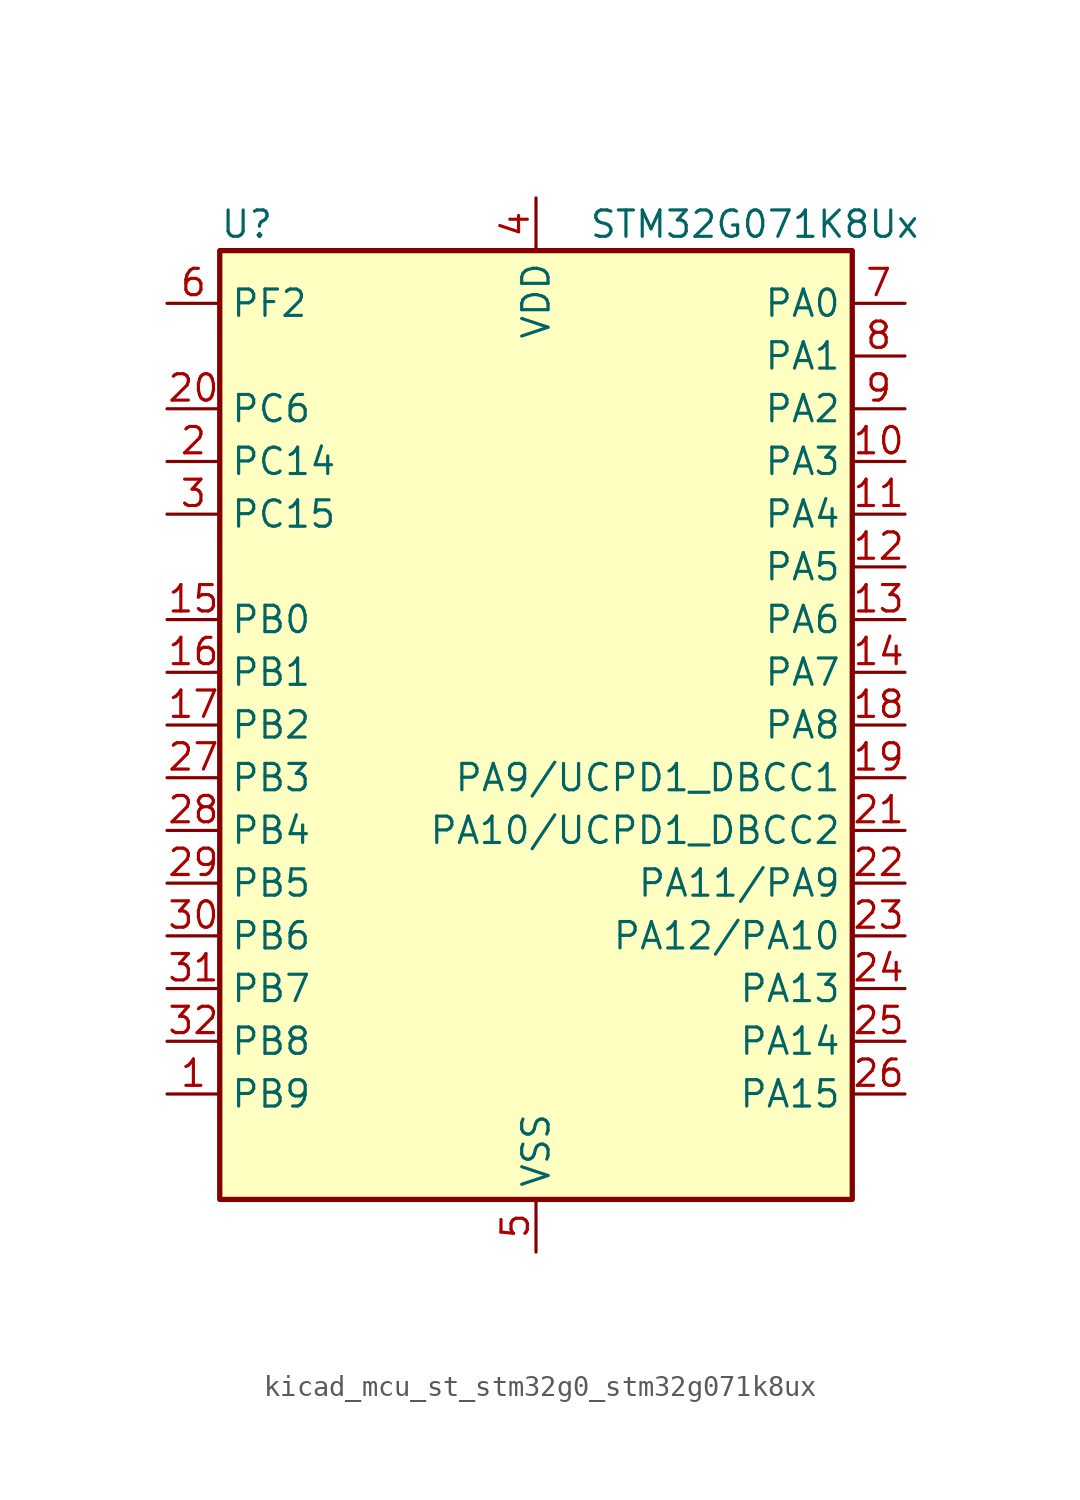
<source format=kicad_sym>
(kicad_symbol_lib
  (version 20220914)
  (generator kicad_symbol_editor)
  (symbol "kicad_mcu_st_stm32g0_stm32g071k8ux"
    (property "Reference" "U"
      (at -15.24 24.13 0)
      (effects (font (size 1.27 1.27)) (justify left)))
    (property "Value" "STM32G071K8Ux"
      (at 2.54 24.13 0)
      (effects (font (size 1.27 1.27)) (justify left)))
    (property "ki_locked" ""
      (at 0 0 0)
      (effects (font (size 1.27 1.27))))
    (symbol "kicad_mcu_st_stm32g0_stm32g071k8ux_0_1"
      (rectangle (start -15.24 -22.86) (end 15.24 22.86) (stroke (width 0.254) (type default)) (fill (type background))))
    (symbol "kicad_mcu_st_stm32g0_stm32g071k8ux_1_1"
      (pin bidirectional line (at -17.78 -17.78 0) (length 2.54) (name "PB9" (effects (font (size 1.27 1.27)))) (number "1" (effects (font (size 1.27 1.27)))) (alternate "DAC1_EXTI9" bidirectional line) (alternate "I2C1_SDA" bidirectional line) (alternate "IR_OUT" bidirectional line) (alternate "SPI2_NSS" bidirectional line) (alternate "TIM17_CH1" bidirectional line) (alternate "USART3_RX" bidirectional line))
      (pin bidirectional line (at 17.78 12.7 180) (length 2.54) (name "PA3" (effects (font (size 1.27 1.27)))) (number "10" (effects (font (size 1.27 1.27)))) (alternate "ADC1_IN3" bidirectional line) (alternate "COMP2_INP" bidirectional line) (alternate "LPUART1_RX" bidirectional line) (alternate "SPI2_MISO" bidirectional line) (alternate "TIM15_CH2" bidirectional line) (alternate "TIM2_CH4" bidirectional line) (alternate "USART2_RX" bidirectional line))
      (pin bidirectional line (at 17.78 10.16 180) (length 2.54) (name "PA4" (effects (font (size 1.27 1.27)))) (number "11" (effects (font (size 1.27 1.27)))) (alternate "ADC1_IN4" bidirectional line) (alternate "DAC1_OUT1" bidirectional line) (alternate "I2S1_WS" bidirectional line) (alternate "LPTIM2_OUT" bidirectional line) (alternate "RTC_OUT_ALARM" bidirectional line) (alternate "RTC_OUT_CALIB" bidirectional line) (alternate "RTC_TAMP_IN1" bidirectional line) (alternate "RTC_TS" bidirectional line) (alternate "SPI1_NSS" bidirectional line) (alternate "SPI2_MOSI" bidirectional line) (alternate "SYS_WKUP2" bidirectional line) (alternate "TIM14_CH1" bidirectional line))
      (pin bidirectional line (at 17.78 7.62 180) (length 2.54) (name "PA5" (effects (font (size 1.27 1.27)))) (number "12" (effects (font (size 1.27 1.27)))) (alternate "ADC1_IN5" bidirectional line) (alternate "CEC" bidirectional line) (alternate "DAC1_OUT2" bidirectional line) (alternate "I2S1_CK" bidirectional line) (alternate "LPTIM2_ETR" bidirectional line) (alternate "SPI1_SCK" bidirectional line) (alternate "TIM2_CH1" bidirectional line) (alternate "TIM2_ETR" bidirectional line) (alternate "UCPD1_FRSTX1" bidirectional line) (alternate "UCPD1_FRSTX2" bidirectional line) (alternate "USART3_TX" bidirectional line))
      (pin bidirectional line (at 17.78 5.08 180) (length 2.54) (name "PA6" (effects (font (size 1.27 1.27)))) (number "13" (effects (font (size 1.27 1.27)))) (alternate "ADC1_IN6" bidirectional line) (alternate "COMP1_OUT" bidirectional line) (alternate "I2S1_MCK" bidirectional line) (alternate "LPUART1_CTS" bidirectional line) (alternate "SPI1_MISO" bidirectional line) (alternate "TIM16_CH1" bidirectional line) (alternate "TIM1_BK" bidirectional line) (alternate "TIM3_CH1" bidirectional line) (alternate "USART3_CTS" bidirectional line) (alternate "USART3_NSS" bidirectional line))
      (pin bidirectional line (at 17.78 2.54 180) (length 2.54) (name "PA7" (effects (font (size 1.27 1.27)))) (number "14" (effects (font (size 1.27 1.27)))) (alternate "ADC1_IN7" bidirectional line) (alternate "COMP2_OUT" bidirectional line) (alternate "I2S1_SD" bidirectional line) (alternate "SPI1_MOSI" bidirectional line) (alternate "TIM14_CH1" bidirectional line) (alternate "TIM17_CH1" bidirectional line) (alternate "TIM1_CH1N" bidirectional line) (alternate "TIM3_CH2" bidirectional line) (alternate "UCPD1_FRSTX1" bidirectional line) (alternate "UCPD1_FRSTX2" bidirectional line))
      (pin bidirectional line (at -17.78 5.08 0) (length 2.54) (name "PB0" (effects (font (size 1.27 1.27)))) (number "15" (effects (font (size 1.27 1.27)))) (alternate "ADC1_IN8" bidirectional line) (alternate "COMP1_OUT" bidirectional line) (alternate "I2S1_WS" bidirectional line) (alternate "LPTIM1_OUT" bidirectional line) (alternate "SPI1_NSS" bidirectional line) (alternate "TIM1_CH2N" bidirectional line) (alternate "TIM3_CH3" bidirectional line) (alternate "UCPD1_FRSTX1" bidirectional line) (alternate "UCPD1_FRSTX2" bidirectional line) (alternate "USART3_RX" bidirectional line))
      (pin bidirectional line (at -17.78 2.54 0) (length 2.54) (name "PB1" (effects (font (size 1.27 1.27)))) (number "16" (effects (font (size 1.27 1.27)))) (alternate "ADC1_IN9" bidirectional line) (alternate "COMP1_INM" bidirectional line) (alternate "LPTIM2_IN1" bidirectional line) (alternate "LPUART1_DE" bidirectional line) (alternate "LPUART1_RTS" bidirectional line) (alternate "TIM14_CH1" bidirectional line) (alternate "TIM1_CH3N" bidirectional line) (alternate "TIM3_CH4" bidirectional line) (alternate "USART3_CK" bidirectional line) (alternate "USART3_DE" bidirectional line) (alternate "USART3_RTS" bidirectional line))
      (pin bidirectional line (at -17.78 0 0) (length 2.54) (name "PB2" (effects (font (size 1.27 1.27)))) (number "17" (effects (font (size 1.27 1.27)))) (alternate "ADC1_IN10" bidirectional line) (alternate "COMP1_INP" bidirectional line) (alternate "LPTIM1_OUT" bidirectional line) (alternate "SPI2_MISO" bidirectional line) (alternate "USART3_TX" bidirectional line))
      (pin bidirectional line (at 17.78 0 180) (length 2.54) (name "PA8" (effects (font (size 1.27 1.27)))) (number "18" (effects (font (size 1.27 1.27)))) (alternate "LPTIM2_OUT" bidirectional line) (alternate "RCC_MCO" bidirectional line) (alternate "SPI2_NSS" bidirectional line) (alternate "TIM1_CH1" bidirectional line) (alternate "UCPD1_CC1" bidirectional line))
      (pin bidirectional line (at 17.78 -2.54 180) (length 2.54) (name "PA9/UCPD1_DBCC1" (effects (font (size 1.27 1.27)))) (number "19" (effects (font (size 1.27 1.27)))) (alternate "DAC1_EXTI9" bidirectional line) (alternate "I2C1_SCL" bidirectional line) (alternate "RCC_MCO" bidirectional line) (alternate "SPI2_MISO" bidirectional line) (alternate "TIM15_BK" bidirectional line) (alternate "TIM1_CH2" bidirectional line) (alternate "UCPD1_DBCC1" bidirectional line) (alternate "USART1_TX" bidirectional line))
      (pin bidirectional line (at -17.78 12.7 0) (length 2.54) (name "PC14" (effects (font (size 1.27 1.27)))) (number "2" (effects (font (size 1.27 1.27)))) (alternate "RCC_OSC32_IN" bidirectional line) (alternate "RCC_OSC_IN" bidirectional line) (alternate "TIM1_BK2" bidirectional line))
      (pin bidirectional line (at -17.78 15.24 0) (length 2.54) (name "PC6" (effects (font (size 1.27 1.27)))) (number "20" (effects (font (size 1.27 1.27)))) (alternate "TIM2_CH3" bidirectional line) (alternate "TIM3_CH1" bidirectional line) (alternate "UCPD1_FRSTX1" bidirectional line) (alternate "UCPD1_FRSTX2" bidirectional line))
      (pin bidirectional line (at 17.78 -5.08 180) (length 2.54) (name "PA10/UCPD1_DBCC2" (effects (font (size 1.27 1.27)))) (number "21" (effects (font (size 1.27 1.27)))) (alternate "I2C1_SDA" bidirectional line) (alternate "SPI2_MOSI" bidirectional line) (alternate "TIM17_BK" bidirectional line) (alternate "TIM1_CH3" bidirectional line) (alternate "UCPD1_DBCC2" bidirectional line) (alternate "USART1_RX" bidirectional line))
      (pin bidirectional line (at 17.78 -7.62 180) (length 2.54) (name "PA11/PA9" (effects (font (size 1.27 1.27)))) (number "22" (effects (font (size 1.27 1.27)))) (alternate "ADC1_EXTI11" bidirectional line) (alternate "COMP1_OUT" bidirectional line) (alternate "I2C2_SCL" bidirectional line) (alternate "I2S1_MCK" bidirectional line) (alternate "SPI1_MISO" bidirectional line) (alternate "TIM1_BK2" bidirectional line) (alternate "TIM1_CH4" bidirectional line) (alternate "USART1_CTS" bidirectional line) (alternate "USART1_NSS" bidirectional line))
      (pin bidirectional line (at 17.78 -10.16 180) (length 2.54) (name "PA12/PA10" (effects (font (size 1.27 1.27)))) (number "23" (effects (font (size 1.27 1.27)))) (alternate "COMP2_OUT" bidirectional line) (alternate "I2C2_SDA" bidirectional line) (alternate "I2S1_SD" bidirectional line) (alternate "I2S_CKIN" bidirectional line) (alternate "SPI1_MOSI" bidirectional line) (alternate "TIM1_ETR" bidirectional line) (alternate "USART1_CK" bidirectional line) (alternate "USART1_DE" bidirectional line) (alternate "USART1_RTS" bidirectional line))
      (pin bidirectional line (at 17.78 -12.7 180) (length 2.54) (name "PA13" (effects (font (size 1.27 1.27)))) (number "24" (effects (font (size 1.27 1.27)))) (alternate "IR_OUT" bidirectional line) (alternate "SYS_SWDIO" bidirectional line))
      (pin bidirectional line (at 17.78 -15.24 180) (length 2.54) (name "PA14" (effects (font (size 1.27 1.27)))) (number "25" (effects (font (size 1.27 1.27)))) (alternate "SYS_SWCLK" bidirectional line) (alternate "USART2_TX" bidirectional line))
      (pin bidirectional line (at 17.78 -17.78 180) (length 2.54) (name "PA15" (effects (font (size 1.27 1.27)))) (number "26" (effects (font (size 1.27 1.27)))) (alternate "I2S1_WS" bidirectional line) (alternate "SPI1_NSS" bidirectional line) (alternate "TIM2_CH1" bidirectional line) (alternate "TIM2_ETR" bidirectional line) (alternate "USART2_RX" bidirectional line) (alternate "USART3_CK" bidirectional line) (alternate "USART3_DE" bidirectional line) (alternate "USART3_RTS" bidirectional line) (alternate "USART4_CK" bidirectional line) (alternate "USART4_DE" bidirectional line) (alternate "USART4_RTS" bidirectional line))
      (pin bidirectional line (at -17.78 -2.54 0) (length 2.54) (name "PB3" (effects (font (size 1.27 1.27)))) (number "27" (effects (font (size 1.27 1.27)))) (alternate "COMP2_INM" bidirectional line) (alternate "I2S1_CK" bidirectional line) (alternate "SPI1_SCK" bidirectional line) (alternate "TIM1_CH2" bidirectional line) (alternate "TIM2_CH2" bidirectional line) (alternate "USART1_CK" bidirectional line) (alternate "USART1_DE" bidirectional line) (alternate "USART1_RTS" bidirectional line))
      (pin bidirectional line (at -17.78 -5.08 0) (length 2.54) (name "PB4" (effects (font (size 1.27 1.27)))) (number "28" (effects (font (size 1.27 1.27)))) (alternate "COMP2_INP" bidirectional line) (alternate "I2S1_MCK" bidirectional line) (alternate "SPI1_MISO" bidirectional line) (alternate "TIM17_BK" bidirectional line) (alternate "TIM3_CH1" bidirectional line) (alternate "USART1_CTS" bidirectional line) (alternate "USART1_NSS" bidirectional line))
      (pin bidirectional line (at -17.78 -7.62 0) (length 2.54) (name "PB5" (effects (font (size 1.27 1.27)))) (number "29" (effects (font (size 1.27 1.27)))) (alternate "COMP2_OUT" bidirectional line) (alternate "I2C1_SMBA" bidirectional line) (alternate "I2S1_SD" bidirectional line) (alternate "LPTIM1_IN1" bidirectional line) (alternate "SPI1_MOSI" bidirectional line) (alternate "SYS_WKUP6" bidirectional line) (alternate "TIM16_BK" bidirectional line) (alternate "TIM3_CH2" bidirectional line))
      (pin bidirectional line (at -17.78 10.16 0) (length 2.54) (name "PC15" (effects (font (size 1.27 1.27)))) (number "3" (effects (font (size 1.27 1.27)))) (alternate "RCC_OSC32_EN" bidirectional line) (alternate "RCC_OSC32_OUT" bidirectional line) (alternate "RCC_OSC_EN" bidirectional line) (alternate "TIM15_BK" bidirectional line))
      (pin bidirectional line (at -17.78 -10.16 0) (length 2.54) (name "PB6" (effects (font (size 1.27 1.27)))) (number "30" (effects (font (size 1.27 1.27)))) (alternate "COMP2_INP" bidirectional line) (alternate "I2C1_SCL" bidirectional line) (alternate "LPTIM1_ETR" bidirectional line) (alternate "SPI2_MISO" bidirectional line) (alternate "TIM16_CH1N" bidirectional line) (alternate "TIM1_CH3" bidirectional line) (alternate "USART1_TX" bidirectional line))
      (pin bidirectional line (at -17.78 -12.7 0) (length 2.54) (name "PB7" (effects (font (size 1.27 1.27)))) (number "31" (effects (font (size 1.27 1.27)))) (alternate "COMP2_INM" bidirectional line) (alternate "I2C1_SDA" bidirectional line) (alternate "LPTIM1_IN2" bidirectional line) (alternate "SPI2_MOSI" bidirectional line) (alternate "SYS_PVD_IN" bidirectional line) (alternate "TIM17_CH1N" bidirectional line) (alternate "USART1_RX" bidirectional line) (alternate "USART4_CTS" bidirectional line) (alternate "USART4_NSS" bidirectional line))
      (pin bidirectional line (at -17.78 -15.24 0) (length 2.54) (name "PB8" (effects (font (size 1.27 1.27)))) (number "32" (effects (font (size 1.27 1.27)))) (alternate "CEC" bidirectional line) (alternate "I2C1_SCL" bidirectional line) (alternate "SPI2_SCK" bidirectional line) (alternate "TIM15_BK" bidirectional line) (alternate "TIM16_CH1" bidirectional line) (alternate "USART3_TX" bidirectional line))
      (pin passive line (at 0 -25.4 90) (length 2.54) hide (name "VSS" (effects (font (size 1.27 1.27)))) (number "33" (effects (font (size 1.27 1.27)))))
      (pin power_in line (at 0 25.4 270) (length 2.54) (name "VDD" (effects (font (size 1.27 1.27)))) (number "4" (effects (font (size 1.27 1.27)))))
      (pin power_in line (at 0 -25.4 90) (length 2.54) (name "VSS" (effects (font (size 1.27 1.27)))) (number "5" (effects (font (size 1.27 1.27)))))
      (pin bidirectional line (at -17.78 20.32 0) (length 2.54) (name "PF2" (effects (font (size 1.27 1.27)))) (number "6" (effects (font (size 1.27 1.27)))) (alternate "RCC_MCO" bidirectional line))
      (pin bidirectional line (at 17.78 20.32 180) (length 2.54) (name "PA0" (effects (font (size 1.27 1.27)))) (number "7" (effects (font (size 1.27 1.27)))) (alternate "ADC1_IN0" bidirectional line) (alternate "COMP1_INM" bidirectional line) (alternate "COMP1_OUT" bidirectional line) (alternate "LPTIM1_OUT" bidirectional line) (alternate "RTC_TAMP_IN2" bidirectional line) (alternate "SPI2_SCK" bidirectional line) (alternate "SYS_WKUP1" bidirectional line) (alternate "TIM2_CH1" bidirectional line) (alternate "TIM2_ETR" bidirectional line) (alternate "USART2_CTS" bidirectional line) (alternate "USART2_NSS" bidirectional line) (alternate "USART4_TX" bidirectional line))
      (pin bidirectional line (at 17.78 17.78 180) (length 2.54) (name "PA1" (effects (font (size 1.27 1.27)))) (number "8" (effects (font (size 1.27 1.27)))) (alternate "ADC1_IN1" bidirectional line) (alternate "COMP1_INP" bidirectional line) (alternate "I2C1_SMBA" bidirectional line) (alternate "I2S1_CK" bidirectional line) (alternate "SPI1_SCK" bidirectional line) (alternate "TIM15_CH1N" bidirectional line) (alternate "TIM2_CH2" bidirectional line) (alternate "USART2_CK" bidirectional line) (alternate "USART2_DE" bidirectional line) (alternate "USART2_RTS" bidirectional line) (alternate "USART4_RX" bidirectional line))
      (pin bidirectional line (at 17.78 15.24 180) (length 2.54) (name "PA2" (effects (font (size 1.27 1.27)))) (number "9" (effects (font (size 1.27 1.27)))) (alternate "ADC1_IN2" bidirectional line) (alternate "COMP2_INM" bidirectional line) (alternate "COMP2_OUT" bidirectional line) (alternate "I2S1_SD" bidirectional line) (alternate "LPUART1_TX" bidirectional line) (alternate "RCC_LSCO" bidirectional line) (alternate "SPI1_MOSI" bidirectional line) (alternate "SYS_WKUP4" bidirectional line) (alternate "TIM15_CH1" bidirectional line) (alternate "TIM2_CH3" bidirectional line) (alternate "UCPD1_FRSTX1" bidirectional line) (alternate "UCPD1_FRSTX2" bidirectional line) (alternate "USART2_TX" bidirectional line)))))
</source>
